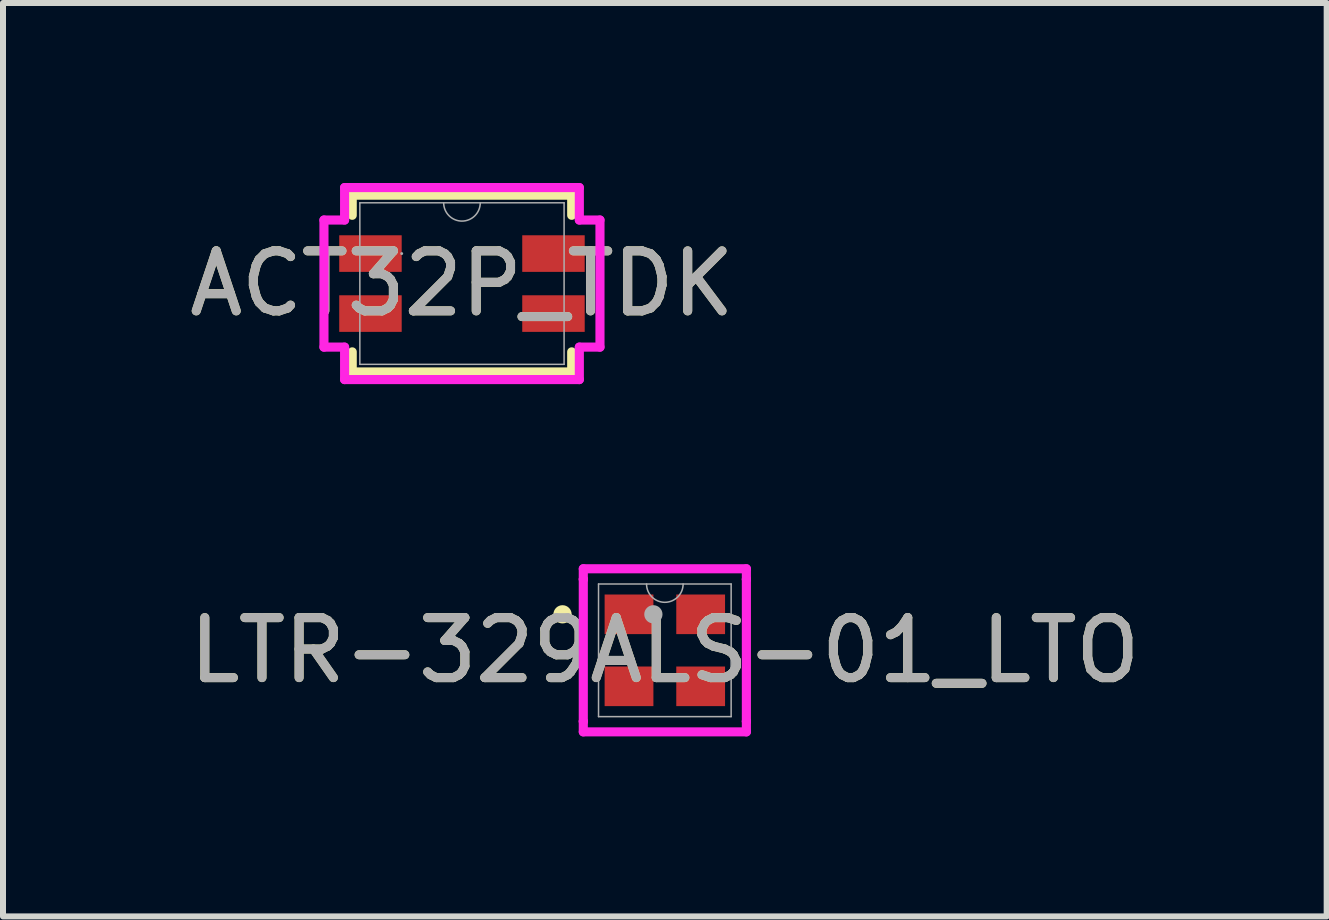
<source format=kicad_pcb>
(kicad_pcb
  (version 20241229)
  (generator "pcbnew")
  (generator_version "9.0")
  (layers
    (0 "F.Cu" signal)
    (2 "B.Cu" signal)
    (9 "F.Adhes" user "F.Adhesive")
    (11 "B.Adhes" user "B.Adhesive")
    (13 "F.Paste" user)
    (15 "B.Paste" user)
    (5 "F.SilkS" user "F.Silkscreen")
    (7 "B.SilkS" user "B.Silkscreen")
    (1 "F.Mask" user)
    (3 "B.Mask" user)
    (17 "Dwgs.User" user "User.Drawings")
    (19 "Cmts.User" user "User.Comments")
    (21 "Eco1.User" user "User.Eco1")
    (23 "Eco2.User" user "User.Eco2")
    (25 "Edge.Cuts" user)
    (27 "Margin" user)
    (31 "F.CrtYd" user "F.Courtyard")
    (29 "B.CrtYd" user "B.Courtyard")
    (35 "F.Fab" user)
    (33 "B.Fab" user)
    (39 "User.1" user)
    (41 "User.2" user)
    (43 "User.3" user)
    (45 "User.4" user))
  (footprint "LTR-329ALS-01_LTO"
    (layer "F.Cu")
    (at 8.03 7.788)
    (property "Reference" "LTR-329ALS-01_LTO" (at 0 0 0) (unlocked yes) (layer "F.SilkS") (effects (font (size 1 1) (thickness 0.15))))
    (attr smd)
    (fp_circle (center -1.705 -0.6) (end -1.629 -0.6) (stroke (width 0.152) (type solid)) (fill no) (layer "F.SilkS"))
    (fp_line (start -1.359 -1.359) (end 1.359 -1.359) (stroke (width 0.152) (type solid)) (layer "F.CrtYd"))
    (fp_line (start -1.359 -1.184) (end -1.359 -1.359) (stroke (width 0.152) (type solid)) (layer "F.CrtYd"))
    (fp_line (start -1.359 -1.184) (end -1.359 -1.184) (stroke (width 0.152) (type solid)) (layer "F.CrtYd"))
    (fp_line (start -1.359 1.184) (end -1.359 -1.184) (stroke (width 0.152) (type solid)) (layer "F.CrtYd"))
    (fp_line (start -1.359 1.184) (end -1.359 1.184) (stroke (width 0.152) (type solid)) (layer "F.CrtYd"))
    (fp_line (start -1.359 1.359) (end -1.359 1.184) (stroke (width 0.152) (type solid)) (layer "F.CrtYd"))
    (fp_line (start 1.359 -1.359) (end 1.359 -1.184) (stroke (width 0.152) (type solid)) (layer "F.CrtYd"))
    (fp_line (start 1.359 -1.184) (end 1.359 -1.184) (stroke (width 0.152) (type solid)) (layer "F.CrtYd"))
    (fp_line (start 1.359 -1.184) (end 1.359 1.184) (stroke (width 0.152) (type solid)) (layer "F.CrtYd"))
    (fp_line (start 1.359 1.184) (end 1.359 1.184) (stroke (width 0.152) (type solid)) (layer "F.CrtYd"))
    (fp_line (start 1.359 1.184) (end 1.359 1.359) (stroke (width 0.152) (type solid)) (layer "F.CrtYd"))
    (fp_line (start 1.359 1.359) (end -1.359 1.359) (stroke (width 0.152) (type solid)) (layer "F.CrtYd"))
    (fp_line (start -1.105 -1.105) (end -1.105 1.105) (stroke (width 0.025) (type solid)) (layer "F.Fab"))
    (fp_line (start -1.105 1.105) (end 1.105 1.105) (stroke (width 0.025) (type solid)) (layer "F.Fab"))
    (fp_line (start 1.105 -1.105) (end -1.105 -1.105) (stroke (width 0.025) (type solid)) (layer "F.Fab"))
    (fp_line (start 1.105 1.105) (end 1.105 -1.105) (stroke (width 0.025) (type solid)) (layer "F.Fab"))
    (fp_arc (start 0.3048 -1.1049) (mid 0 -0.8001) (end -0.3048 -1.1049) (stroke (width 0.0254) (type solid)) (layer "F.Fab"))
    (fp_circle (center -0.191 -0.6) (end -0.191 -0.6) (stroke (width 0.152) (type solid)) (fill no) (layer "F.Fab"))
    (fp_text user "${REFERENCE}" (at 0 0 0) (unlocked yes) (layer "F.Fab") (effects (font (size 1 1) (thickness 0.15))))
    (pad "1" smd rect (at -0.597 -0.6) (size 0.813 0.66) (layers "F.Cu" "F.Mask" "F.Paste"))
    (pad "2" smd rect (at -0.597 0.6) (size 0.813 0.66) (layers "F.Cu" "F.Mask" "F.Paste"))
    (pad "3" smd rect (at 0.597 0.6) (size 0.813 0.66) (layers "F.Cu" "F.Mask" "F.Paste"))
    (pad "4" smd rect (at 0.597 -0.6) (size 0.813 0.66) (layers "F.Cu" "F.Mask" "F.Paste")))
  (footprint "ACT32P_TDK"
    (layer "F.Cu")
    (at 4.649 1.676)
    (property "Reference" "ACT32P_TDK" (at 0 0 0) (unlocked yes) (layer "F.SilkS") (effects (font (size 1 1) (thickness 0.15))))
    (attr smd)
    (fp_line (start -1.829 -1.473) (end -1.829 -1.138) (stroke (width 0.152) (type solid)) (layer "F.SilkS"))
    (fp_line (start -1.829 1.138) (end -1.829 1.473) (stroke (width 0.152) (type solid)) (layer "F.SilkS"))
    (fp_line (start -1.829 1.473) (end 1.829 1.473) (stroke (width 0.152) (type solid)) (layer "F.SilkS"))
    (fp_line (start 1.829 -1.473) (end -1.829 -1.473) (stroke (width 0.152) (type solid)) (layer "F.SilkS"))
    (fp_line (start 1.829 -1.138) (end 1.829 -1.473) (stroke (width 0.152) (type solid)) (layer "F.SilkS"))
    (fp_line (start 1.829 1.473) (end 1.829 1.138) (stroke (width 0.152) (type solid)) (layer "F.SilkS"))
    (fp_line (start -2.3 -1.059) (end -1.956 -1.059) (stroke (width 0.152) (type solid)) (layer "F.CrtYd"))
    (fp_line (start -2.3 1.059) (end -2.3 -1.059) (stroke (width 0.152) (type solid)) (layer "F.CrtYd"))
    (fp_line (start -2.3 1.059) (end -1.956 1.059) (stroke (width 0.152) (type solid)) (layer "F.CrtYd"))
    (fp_line (start -1.956 -1.6) (end 1.956 -1.6) (stroke (width 0.152) (type solid)) (layer "F.CrtYd"))
    (fp_line (start -1.956 -1.059) (end -1.956 -1.6) (stroke (width 0.152) (type solid)) (layer "F.CrtYd"))
    (fp_line (start -1.956 1.6) (end -1.956 1.059) (stroke (width 0.152) (type solid)) (layer "F.CrtYd"))
    (fp_line (start 1.956 -1.6) (end 1.956 -1.059) (stroke (width 0.152) (type solid)) (layer "F.CrtYd"))
    (fp_line (start 1.956 1.059) (end 1.956 1.6) (stroke (width 0.152) (type solid)) (layer "F.CrtYd"))
    (fp_line (start 1.956 1.6) (end -1.956 1.6) (stroke (width 0.152) (type solid)) (layer "F.CrtYd"))
    (fp_line (start 2.3 -1.059) (end 1.956 -1.059) (stroke (width 0.152) (type solid)) (layer "F.CrtYd"))
    (fp_line (start 2.3 -1.059) (end 2.3 1.059) (stroke (width 0.152) (type solid)) (layer "F.CrtYd"))
    (fp_line (start 2.3 1.059) (end 1.956 1.059) (stroke (width 0.152) (type solid)) (layer "F.CrtYd"))
    (fp_line (start -1.702 -1.346) (end -1.702 1.346) (stroke (width 0.025) (type solid)) (layer "F.Fab"))
    (fp_line (start -1.702 1.346) (end 1.702 1.346) (stroke (width 0.025) (type solid)) (layer "F.Fab"))
    (fp_line (start 1.702 -1.346) (end -1.702 -1.346) (stroke (width 0.025) (type solid)) (layer "F.Fab"))
    (fp_line (start 1.702 1.346) (end 1.702 -1.346) (stroke (width 0.025) (type solid)) (layer "F.Fab"))
    (fp_arc (start 0.3048 -1.3462) (mid 0 -1.0414) (end -0.3048 -1.3462) (stroke (width 0.0254) (type solid)) (layer "F.Fab"))
    (fp_circle (center -1.004 -0.5) (end -1.004 -0.5) (stroke (width 0.025) (type solid)) (fill no) (layer "F.Fab"))
    (fp_text user "${REFERENCE}" (at 0 0 0) (unlocked yes) (layer "F.Fab") (effects (font (size 1 1) (thickness 0.15))))
    (pad "1" smd rect (at -1.525 -0.5) (size 1.041 0.61) (layers "F.Cu" "F.Mask" "F.Paste"))
    (pad "2" smd rect (at -1.525 0.5) (size 1.041 0.61) (layers "F.Cu" "F.Mask" "F.Paste"))
    (pad "3" smd rect (at 1.525 0.5) (size 1.041 0.61) (layers "F.Cu" "F.Mask" "F.Paste"))
    (pad "4" smd rect (at 1.525 -0.5) (size 1.041 0.61) (layers "F.Cu" "F.Mask" "F.Paste")))
  (gr_rect
    (start -3 -3)
    (end 19.06 12.223)
    (stroke (width 0.1) (type default))
    (fill no)
    (layer "Edge.Cuts")))
</source>
